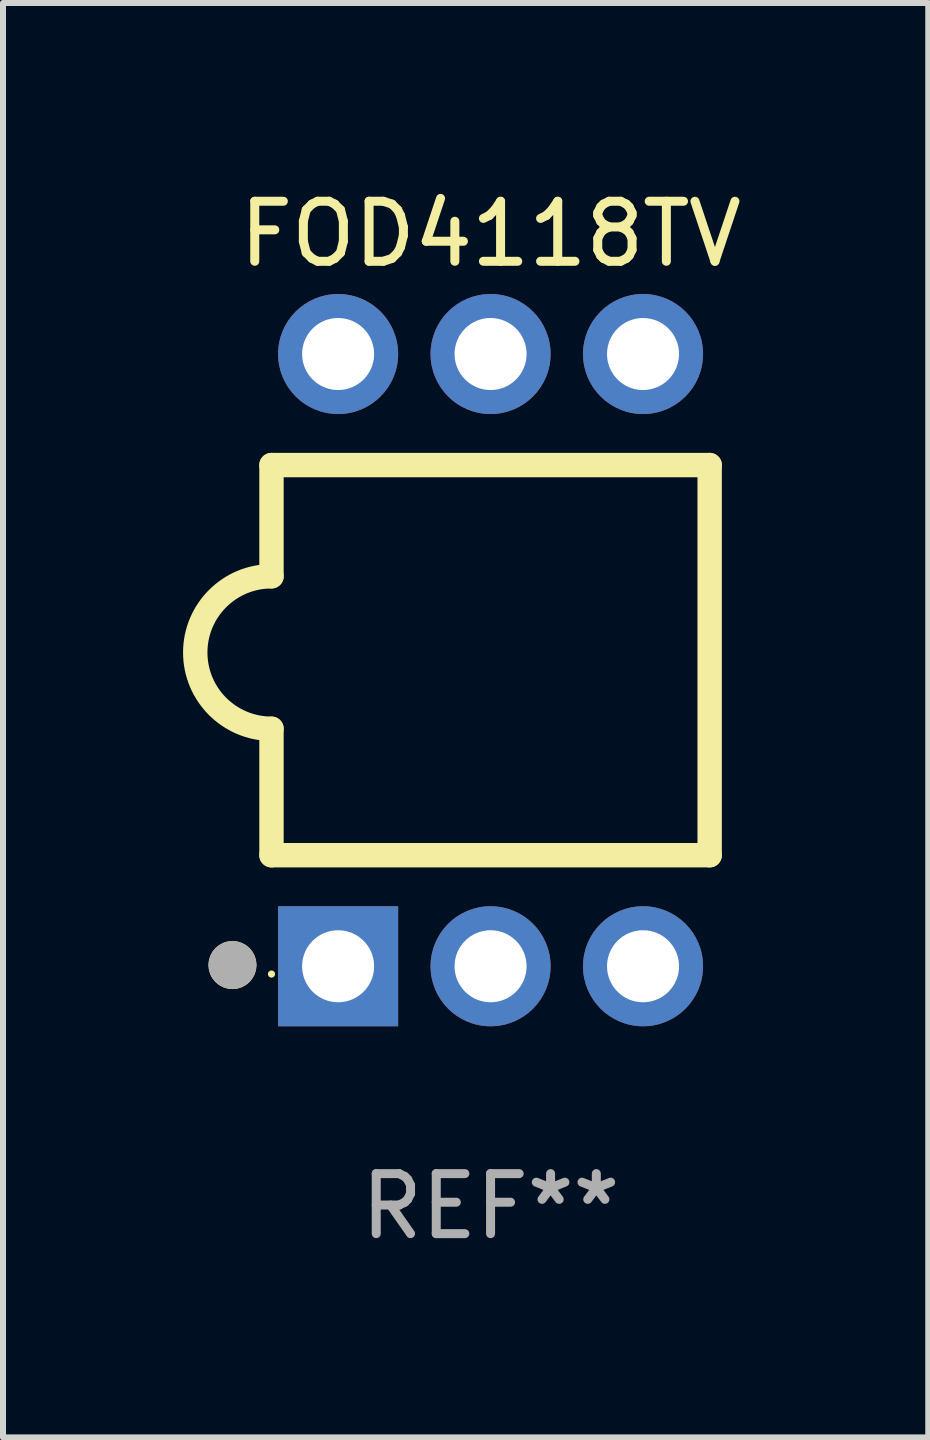
<source format=kicad_pcb>
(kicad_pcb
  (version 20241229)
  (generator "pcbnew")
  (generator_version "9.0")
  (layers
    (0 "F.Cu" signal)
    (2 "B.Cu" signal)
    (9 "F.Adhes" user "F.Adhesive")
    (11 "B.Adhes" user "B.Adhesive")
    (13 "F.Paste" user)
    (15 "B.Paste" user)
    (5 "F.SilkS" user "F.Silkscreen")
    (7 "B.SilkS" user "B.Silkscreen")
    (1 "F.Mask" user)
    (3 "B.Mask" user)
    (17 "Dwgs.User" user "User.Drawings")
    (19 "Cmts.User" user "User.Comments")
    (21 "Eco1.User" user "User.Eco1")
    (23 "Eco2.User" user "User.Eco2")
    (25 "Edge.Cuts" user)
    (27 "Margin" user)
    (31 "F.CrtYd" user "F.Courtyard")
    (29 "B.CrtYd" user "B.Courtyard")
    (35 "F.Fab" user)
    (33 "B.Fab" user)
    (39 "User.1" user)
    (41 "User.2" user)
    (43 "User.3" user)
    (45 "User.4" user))
  (footprint "FOD4118TV"
    (layer "F.Cu")
    (at 5.123 7.948)
    (property "Reference" "FOD4118TV" (at 0 -7.1 0) (layer "F.SilkS") (effects (font (size 1 1) (thickness 0.15))))
    (attr through_hole)
    (fp_line (start -3.65 1.143) (end -3.65 3.25) (stroke (width 0.406) (type solid)) (layer "F.SilkS"))
    (fp_line (start -3.65 -3.25) (end -3.65 -1.397) (stroke (width 0.406) (type solid)) (layer "F.SilkS"))
    (fp_line (start -3.65 -3.25) (end 3.65 -3.25) (stroke (width 0.406) (type solid)) (layer "F.SilkS"))
    (fp_line (start 3.65 -3.25) (end 3.65 3.25) (stroke (width 0.406) (type solid)) (layer "F.SilkS"))
    (fp_line (start 3.65 3.25) (end -3.65 3.25) (stroke (width 0.406) (type solid)) (layer "F.SilkS"))
    (fp_arc (start -3.650013 1.143002) (mid -4.919989 -0.127014) (end -3.649986 -1.397002) (stroke (width 0.4064) (type solid)) (layer "F.SilkS"))
    (fp_circle (center -4.3 5.08) (end -4.1 5.08) (stroke (width 0.4) (type solid)) (fill no) (layer "F.SilkS"))
    (fp_circle (center -3.65 5.23) (end -3.62 5.23) (stroke (width 0.06) (type solid)) (fill no) (layer "F.SilkS"))
    (fp_circle (center -4.3 5.08) (end -4.1 5.08) (stroke (width 0.4) (type solid)) (fill no) (layer "F.Fab"))
    (fp_text user "REF**" (at 0 9.1 0) (layer "F.Fab") (effects (font (size 1 1) (thickness 0.15))))
    (pad "1" thru_hole rect (at -2.54 5.1 90) (size 2 2) (drill 1.2) (layers "*.Cu" "*.Mask"))
    (pad "2" thru_hole circle (at 0 5.1) (size 2 2) (drill 1.2) (layers "*.Cu" "*.Mask"))
    (pad "3" thru_hole circle (at 2.54 5.1) (size 2 2) (drill 1.2) (layers "*.Cu" "*.Mask"))
    (pad "4" thru_hole circle (at 2.54 -5.1) (size 2 2) (drill 1.2) (layers "*.Cu" "*.Mask"))
    (pad "5" thru_hole circle (at 0 -5.1) (size 2 2) (drill 1.2) (layers "*.Cu" "*.Mask"))
    (pad "6" thru_hole circle (at -2.54 -5.1) (size 2 2) (drill 1.2) (layers "*.Cu" "*.Mask")))
  (gr_rect
    (start -3 -3)
    (end 12.415 20.897)
    (stroke (width 0.1) (type default))
    (fill no)
    (layer "Edge.Cuts")))
</source>
